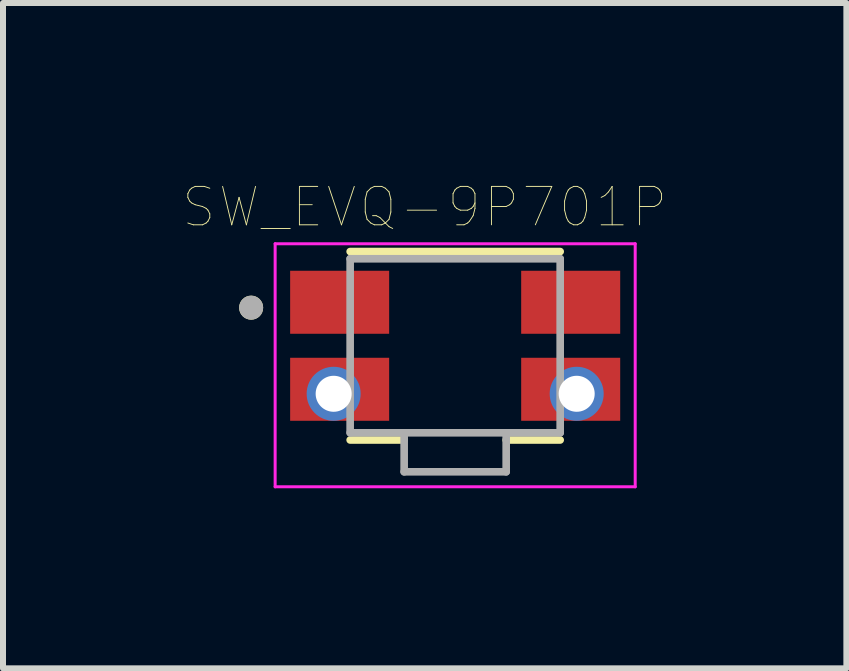
<source format=kicad_pcb>
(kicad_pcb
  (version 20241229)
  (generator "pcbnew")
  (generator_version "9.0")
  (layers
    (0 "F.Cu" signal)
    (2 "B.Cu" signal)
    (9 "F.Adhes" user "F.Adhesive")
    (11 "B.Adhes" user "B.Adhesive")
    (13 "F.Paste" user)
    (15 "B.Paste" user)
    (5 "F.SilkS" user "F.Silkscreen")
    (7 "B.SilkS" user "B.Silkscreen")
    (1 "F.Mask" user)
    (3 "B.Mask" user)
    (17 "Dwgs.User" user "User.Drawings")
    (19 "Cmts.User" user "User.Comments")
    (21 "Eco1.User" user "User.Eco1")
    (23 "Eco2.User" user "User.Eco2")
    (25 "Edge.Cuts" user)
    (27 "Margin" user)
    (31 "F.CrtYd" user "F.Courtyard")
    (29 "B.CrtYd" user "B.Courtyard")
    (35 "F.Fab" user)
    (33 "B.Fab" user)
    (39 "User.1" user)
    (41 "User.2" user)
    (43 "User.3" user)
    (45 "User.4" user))
  (footprint "SW_EVQ-9P701P"
    (layer "F.Cu")
    (at 4.535 2.712)
    (property "Reference" "SW_EVQ-9P701P" (at -0.508 -2.311 0) (layer "F.SilkS") (effects (font (size 0.64 0.64) (thickness 0.015))))
    (attr through_hole)
    (fp_line (start -0.85 1.57) (end -1.75 1.57) (stroke (width 0.127) (type solid)) (layer "F.SilkS"))
    (fp_line (start 0.85 1.57) (end 1.75 1.57) (stroke (width 0.127) (type solid)) (layer "F.SilkS"))
    (fp_line (start 1.75 -1.57) (end -1.75 -1.57) (stroke (width 0.127) (type solid)) (layer "F.SilkS"))
    (fp_circle (center -3.4 -0.635) (end -3.3 -0.635) (stroke (width 0.2) (type solid)) (fill no) (layer "F.SilkS"))
    (fp_line (start -3 -1.7) (end -3 2.35) (stroke (width 0.05) (type solid)) (layer "F.CrtYd"))
    (fp_line (start -3 2.35) (end 3 2.35) (stroke (width 0.05) (type solid)) (layer "F.CrtYd"))
    (fp_line (start 3 -1.7) (end -3 -1.7) (stroke (width 0.05) (type solid)) (layer "F.CrtYd"))
    (fp_line (start 3 2.35) (end 3 -1.7) (stroke (width 0.05) (type solid)) (layer "F.CrtYd"))
    (fp_line (start -1.75 -1.45) (end -1.75 1.45) (stroke (width 0.127) (type solid)) (layer "F.Fab"))
    (fp_line (start -1.75 1.45) (end -0.85 1.45) (stroke (width 0.127) (type solid)) (layer "F.Fab"))
    (fp_line (start -0.85 1.45) (end 0.85 1.45) (stroke (width 0.127) (type solid)) (layer "F.Fab"))
    (fp_line (start -0.85 2.1) (end -0.85 1.45) (stroke (width 0.127) (type solid)) (layer "F.Fab"))
    (fp_line (start 0.85 1.45) (end 1.75 1.45) (stroke (width 0.127) (type solid)) (layer "F.Fab"))
    (fp_line (start 0.85 2.1) (end -0.85 2.1) (stroke (width 0.127) (type solid)) (layer "F.Fab"))
    (fp_line (start 0.85 2.1) (end 0.85 1.45) (stroke (width 0.127) (type solid)) (layer "F.Fab"))
    (fp_line (start 1.75 -1.45) (end -1.75 -1.45) (stroke (width 0.127) (type solid)) (layer "F.Fab"))
    (fp_line (start 1.75 1.45) (end 1.75 -1.45) (stroke (width 0.127) (type solid)) (layer "F.Fab"))
    (fp_circle (center -3.4 -0.635) (end -3.3 -0.635) (stroke (width 0.2) (type solid)) (fill no) (layer "F.Fab"))
    (pad "1A" smd rect (at -1.925 -0.725) (size 1.65 1.05) (layers "F.Cu" "F.Mask" "F.Paste"))
    (pad "1B" smd rect (at 1.925 -0.725) (size 1.65 1.05) (layers "F.Cu" "F.Mask" "F.Paste"))
    (pad "2A" smd rect (at -1.925 0.725) (size 1.65 1.05) (layers "F.Cu" "F.Mask" "F.Paste"))
    (pad "2B" smd rect (at 1.925 0.725) (size 1.65 1.05) (layers "F.Cu" "F.Mask" "F.Paste"))
    (pad "2C" thru_hole circle (at -2.025 0.8) (size 0.9 0.9) (drill 0.6) (layers "*.Cu" "*.Mask"))
    (pad "2D" thru_hole circle (at 2.025 0.8) (size 0.9 0.9) (drill 0.6) (layers "*.Cu" "*.Mask")))
  (gr_rect
    (start -3 -3)
    (end 11.054 8.087)
    (stroke (width 0.1) (type default))
    (fill no)
    (layer "Edge.Cuts")))
</source>
